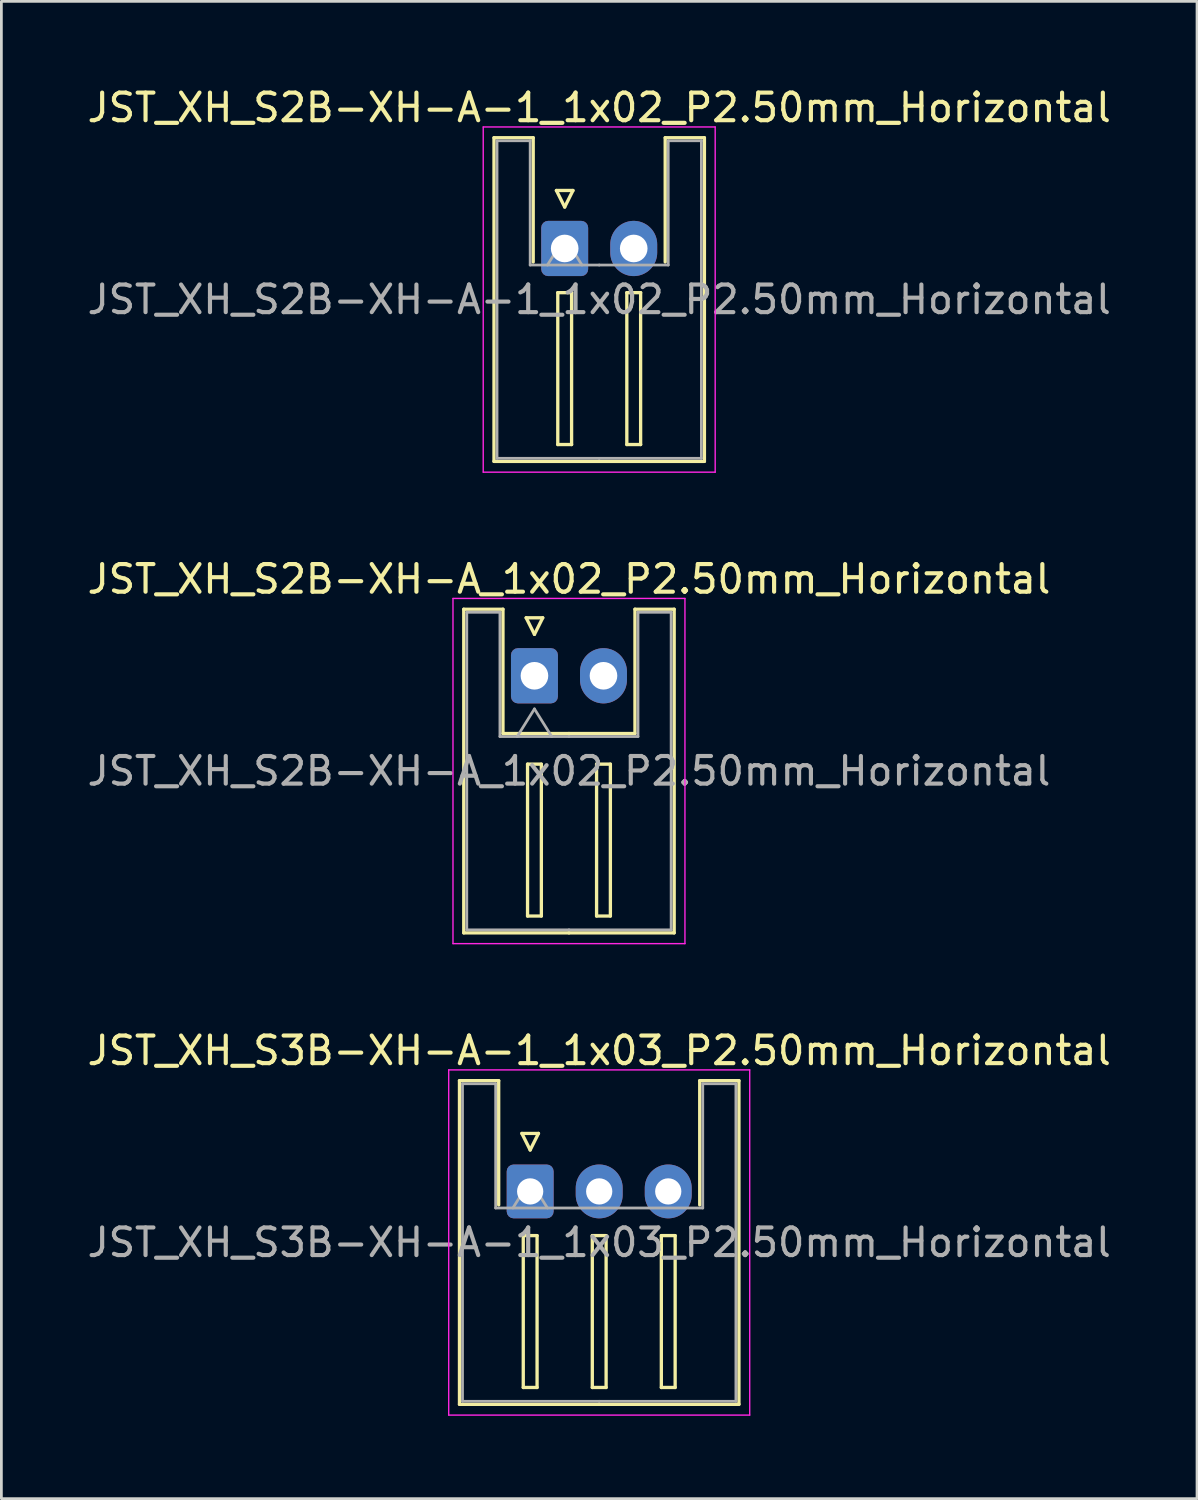
<source format=kicad_pcb>
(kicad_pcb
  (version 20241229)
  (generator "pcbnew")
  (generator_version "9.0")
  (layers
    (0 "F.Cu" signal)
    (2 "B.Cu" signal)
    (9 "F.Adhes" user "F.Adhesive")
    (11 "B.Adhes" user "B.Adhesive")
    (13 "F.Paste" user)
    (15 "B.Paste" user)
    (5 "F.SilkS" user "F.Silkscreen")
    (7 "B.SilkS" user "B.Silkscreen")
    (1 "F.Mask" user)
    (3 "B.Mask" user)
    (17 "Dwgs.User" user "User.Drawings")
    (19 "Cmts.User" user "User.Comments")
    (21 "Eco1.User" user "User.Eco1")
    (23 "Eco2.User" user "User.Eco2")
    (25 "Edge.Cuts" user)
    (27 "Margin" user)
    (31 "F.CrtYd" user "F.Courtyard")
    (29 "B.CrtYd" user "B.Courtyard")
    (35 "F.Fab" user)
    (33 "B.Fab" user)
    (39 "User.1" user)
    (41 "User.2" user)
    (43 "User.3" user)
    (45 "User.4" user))
  (footprint "JST_XH_S2B-XH-A_1x02_P2.50mm_Horizontal"
    (layer "F.Cu")
    (at 16.304 21.422)
    (property "Reference" "JST_XH_S2B-XH-A_1x02_P2.50mm_Horizontal" (at 1.25 -3.5 0) (layer "F.SilkS") (effects (font (size 1 1) (thickness 0.15))))
    (attr through_hole)
    (fp_line (start -2.56 -2.41) (end -1.14 -2.41) (stroke (width 0.12) (type solid)) (layer "F.SilkS"))
    (fp_line (start -2.56 9.31) (end -2.56 -2.41) (stroke (width 0.12) (type solid)) (layer "F.SilkS"))
    (fp_line (start -1.14 -2.41) (end -1.14 2.09) (stroke (width 0.12) (type solid)) (layer "F.SilkS"))
    (fp_line (start -1.14 2.09) (end 1.25 2.09) (stroke (width 0.12) (type solid)) (layer "F.SilkS"))
    (fp_line (start -0.3 -2.1) (end 0.3 -2.1) (stroke (width 0.12) (type solid)) (layer "F.SilkS"))
    (fp_line (start -0.25 3.2) (end -0.25 8.7) (stroke (width 0.12) (type solid)) (layer "F.SilkS"))
    (fp_line (start -0.25 8.7) (end 0.25 8.7) (stroke (width 0.12) (type solid)) (layer "F.SilkS"))
    (fp_line (start 0 -1.5) (end -0.3 -2.1) (stroke (width 0.12) (type solid)) (layer "F.SilkS"))
    (fp_line (start 0.25 3.2) (end -0.25 3.2) (stroke (width 0.12) (type solid)) (layer "F.SilkS"))
    (fp_line (start 0.25 8.7) (end 0.25 3.2) (stroke (width 0.12) (type solid)) (layer "F.SilkS"))
    (fp_line (start 0.3 -2.1) (end 0 -1.5) (stroke (width 0.12) (type solid)) (layer "F.SilkS"))
    (fp_line (start 1.25 9.31) (end -2.56 9.31) (stroke (width 0.12) (type solid)) (layer "F.SilkS"))
    (fp_line (start 1.25 9.31) (end 5.06 9.31) (stroke (width 0.12) (type solid)) (layer "F.SilkS"))
    (fp_line (start 2.25 3.2) (end 2.25 8.7) (stroke (width 0.12) (type solid)) (layer "F.SilkS"))
    (fp_line (start 2.25 8.7) (end 2.75 8.7) (stroke (width 0.12) (type solid)) (layer "F.SilkS"))
    (fp_line (start 2.75 3.2) (end 2.25 3.2) (stroke (width 0.12) (type solid)) (layer "F.SilkS"))
    (fp_line (start 2.75 8.7) (end 2.75 3.2) (stroke (width 0.12) (type solid)) (layer "F.SilkS"))
    (fp_line (start 3.64 -2.41) (end 3.64 2.09) (stroke (width 0.12) (type solid)) (layer "F.SilkS"))
    (fp_line (start 3.64 2.09) (end 1.25 2.09) (stroke (width 0.12) (type solid)) (layer "F.SilkS"))
    (fp_line (start 5.06 -2.41) (end 3.64 -2.41) (stroke (width 0.12) (type solid)) (layer "F.SilkS"))
    (fp_line (start 5.06 9.31) (end 5.06 -2.41) (stroke (width 0.12) (type solid)) (layer "F.SilkS"))
    (fp_line (start -2.95 -2.8) (end -2.95 9.7) (stroke (width 0.05) (type solid)) (layer "F.CrtYd"))
    (fp_line (start -2.95 9.7) (end 5.45 9.7) (stroke (width 0.05) (type solid)) (layer "F.CrtYd"))
    (fp_line (start 5.45 -2.8) (end -2.95 -2.8) (stroke (width 0.05) (type solid)) (layer "F.CrtYd"))
    (fp_line (start 5.45 9.7) (end 5.45 -2.8) (stroke (width 0.05) (type solid)) (layer "F.CrtYd"))
    (fp_line (start -2.45 -2.3) (end -1.25 -2.3) (stroke (width 0.1) (type solid)) (layer "F.Fab"))
    (fp_line (start -2.45 9.2) (end -2.45 -2.3) (stroke (width 0.1) (type solid)) (layer "F.Fab"))
    (fp_line (start -1.25 -2.3) (end -1.25 2.2) (stroke (width 0.1) (type solid)) (layer "F.Fab"))
    (fp_line (start -1.25 2.2) (end 1.25 2.2) (stroke (width 0.1) (type solid)) (layer "F.Fab"))
    (fp_line (start -0.625 2.2) (end 0 1.2) (stroke (width 0.1) (type solid)) (layer "F.Fab"))
    (fp_line (start 0 1.2) (end 0.625 2.2) (stroke (width 0.1) (type solid)) (layer "F.Fab"))
    (fp_line (start 1.25 9.2) (end -2.45 9.2) (stroke (width 0.1) (type solid)) (layer "F.Fab"))
    (fp_line (start 1.25 9.2) (end 4.95 9.2) (stroke (width 0.1) (type solid)) (layer "F.Fab"))
    (fp_line (start 3.75 -2.3) (end 3.75 2.2) (stroke (width 0.1) (type solid)) (layer "F.Fab"))
    (fp_line (start 3.75 2.2) (end 1.25 2.2) (stroke (width 0.1) (type solid)) (layer "F.Fab"))
    (fp_line (start 4.95 -2.3) (end 3.75 -2.3) (stroke (width 0.1) (type solid)) (layer "F.Fab"))
    (fp_line (start 4.95 9.2) (end 4.95 -2.3) (stroke (width 0.1) (type solid)) (layer "F.Fab"))
    (fp_text user "${REFERENCE}" (at 1.25 3.45 0) (layer "F.Fab") (effects (font (size 1 1) (thickness 0.15))))
    (pad "1" thru_hole roundrect (at 0 0) (size 1.7 2) (drill 1) (layers "*.Cu" "*.Mask") (roundrect_rratio 0.147))
    (pad "2" thru_hole oval (at 2.5 0) (size 1.7 2) (drill 1) (layers "*.Cu" "*.Mask")))
  (footprint "JST_XH_S2B-XH-A-1_1x02_P2.50mm_Horizontal"
    (layer "F.Cu")
    (at 17.399 5.948)
    (property "Reference" "JST_XH_S2B-XH-A-1_1x02_P2.50mm_Horizontal" (at 1.25 -5.1 0) (layer "F.SilkS") (effects (font (size 1 1) (thickness 0.15))))
    (attr through_hole)
    (fp_line (start -2.56 -4.01) (end -1.14 -4.01) (stroke (width 0.12) (type solid)) (layer "F.SilkS"))
    (fp_line (start -2.56 7.71) (end -2.56 -4.01) (stroke (width 0.12) (type solid)) (layer "F.SilkS"))
    (fp_line (start -1.14 -4.01) (end -1.14 0.49) (stroke (width 0.12) (type solid)) (layer "F.SilkS"))
    (fp_line (start -0.3 -2.1) (end 0.3 -2.1) (stroke (width 0.12) (type solid)) (layer "F.SilkS"))
    (fp_line (start -0.25 1.6) (end -0.25 7.1) (stroke (width 0.12) (type solid)) (layer "F.SilkS"))
    (fp_line (start -0.25 7.1) (end 0.25 7.1) (stroke (width 0.12) (type solid)) (layer "F.SilkS"))
    (fp_line (start 0 -1.5) (end -0.3 -2.1) (stroke (width 0.12) (type solid)) (layer "F.SilkS"))
    (fp_line (start 0.25 1.6) (end -0.25 1.6) (stroke (width 0.12) (type solid)) (layer "F.SilkS"))
    (fp_line (start 0.25 7.1) (end 0.25 1.6) (stroke (width 0.12) (type solid)) (layer "F.SilkS"))
    (fp_line (start 0.3 -2.1) (end 0 -1.5) (stroke (width 0.12) (type solid)) (layer "F.SilkS"))
    (fp_line (start 1.25 7.71) (end -2.56 7.71) (stroke (width 0.12) (type solid)) (layer "F.SilkS"))
    (fp_line (start 1.25 7.71) (end 5.06 7.71) (stroke (width 0.12) (type solid)) (layer "F.SilkS"))
    (fp_line (start 2.25 1.6) (end 2.25 7.1) (stroke (width 0.12) (type solid)) (layer "F.SilkS"))
    (fp_line (start 2.25 7.1) (end 2.75 7.1) (stroke (width 0.12) (type solid)) (layer "F.SilkS"))
    (fp_line (start 2.75 1.6) (end 2.25 1.6) (stroke (width 0.12) (type solid)) (layer "F.SilkS"))
    (fp_line (start 2.75 7.1) (end 2.75 1.6) (stroke (width 0.12) (type solid)) (layer "F.SilkS"))
    (fp_line (start 3.64 -4.01) (end 3.64 0.49) (stroke (width 0.12) (type solid)) (layer "F.SilkS"))
    (fp_line (start 5.06 -4.01) (end 3.64 -4.01) (stroke (width 0.12) (type solid)) (layer "F.SilkS"))
    (fp_line (start 5.06 7.71) (end 5.06 -4.01) (stroke (width 0.12) (type solid)) (layer "F.SilkS"))
    (fp_line (start -2.95 -4.4) (end -2.95 8.1) (stroke (width 0.05) (type solid)) (layer "F.CrtYd"))
    (fp_line (start -2.95 8.1) (end 5.45 8.1) (stroke (width 0.05) (type solid)) (layer "F.CrtYd"))
    (fp_line (start 5.45 -4.4) (end -2.95 -4.4) (stroke (width 0.05) (type solid)) (layer "F.CrtYd"))
    (fp_line (start 5.45 8.1) (end 5.45 -4.4) (stroke (width 0.05) (type solid)) (layer "F.CrtYd"))
    (fp_line (start -2.45 -3.9) (end -1.25 -3.9) (stroke (width 0.1) (type solid)) (layer "F.Fab"))
    (fp_line (start -2.45 7.6) (end -2.45 -3.9) (stroke (width 0.1) (type solid)) (layer "F.Fab"))
    (fp_line (start -1.25 -3.9) (end -1.25 0.6) (stroke (width 0.1) (type solid)) (layer "F.Fab"))
    (fp_line (start -1.25 0.6) (end 1.25 0.6) (stroke (width 0.1) (type solid)) (layer "F.Fab"))
    (fp_line (start -0.625 0.6) (end 0 -0.4) (stroke (width 0.1) (type solid)) (layer "F.Fab"))
    (fp_line (start 0 -0.4) (end 0.625 0.6) (stroke (width 0.1) (type solid)) (layer "F.Fab"))
    (fp_line (start 1.25 7.6) (end -2.45 7.6) (stroke (width 0.1) (type solid)) (layer "F.Fab"))
    (fp_line (start 1.25 7.6) (end 4.95 7.6) (stroke (width 0.1) (type solid)) (layer "F.Fab"))
    (fp_line (start 3.75 -3.9) (end 3.75 0.6) (stroke (width 0.1) (type solid)) (layer "F.Fab"))
    (fp_line (start 3.75 0.6) (end 1.25 0.6) (stroke (width 0.1) (type solid)) (layer "F.Fab"))
    (fp_line (start 4.95 -3.9) (end 3.75 -3.9) (stroke (width 0.1) (type solid)) (layer "F.Fab"))
    (fp_line (start 4.95 7.6) (end 4.95 -3.9) (stroke (width 0.1) (type solid)) (layer "F.Fab"))
    (fp_text user "${REFERENCE}" (at 1.25 1.85 0) (layer "F.Fab") (effects (font (size 1 1) (thickness 0.15))))
    (pad "1" thru_hole roundrect (at 0 0) (size 1.7 2) (drill 1) (layers "*.Cu" "*.Mask") (roundrect_rratio 0.147))
    (pad "2" thru_hole oval (at 2.5 0) (size 1.7 2) (drill 1) (layers "*.Cu" "*.Mask")))
  (footprint "JST_XH_S3B-XH-A-1_1x03_P2.50mm_Horizontal"
    (layer "F.Cu")
    (at 16.149 40.095)
    (property "Reference" "JST_XH_S3B-XH-A-1_1x03_P2.50mm_Horizontal" (at 2.5 -5.1 0) (layer "F.SilkS") (effects (font (size 1 1) (thickness 0.15))))
    (attr through_hole)
    (fp_line (start -2.56 -4.01) (end -1.14 -4.01) (stroke (width 0.12) (type solid)) (layer "F.SilkS"))
    (fp_line (start -2.56 7.71) (end -2.56 -4.01) (stroke (width 0.12) (type solid)) (layer "F.SilkS"))
    (fp_line (start -1.14 -4.01) (end -1.14 0.49) (stroke (width 0.12) (type solid)) (layer "F.SilkS"))
    (fp_line (start -0.3 -2.1) (end 0.3 -2.1) (stroke (width 0.12) (type solid)) (layer "F.SilkS"))
    (fp_line (start -0.25 1.6) (end -0.25 7.1) (stroke (width 0.12) (type solid)) (layer "F.SilkS"))
    (fp_line (start -0.25 7.1) (end 0.25 7.1) (stroke (width 0.12) (type solid)) (layer "F.SilkS"))
    (fp_line (start 0 -1.5) (end -0.3 -2.1) (stroke (width 0.12) (type solid)) (layer "F.SilkS"))
    (fp_line (start 0.25 1.6) (end -0.25 1.6) (stroke (width 0.12) (type solid)) (layer "F.SilkS"))
    (fp_line (start 0.25 7.1) (end 0.25 1.6) (stroke (width 0.12) (type solid)) (layer "F.SilkS"))
    (fp_line (start 0.3 -2.1) (end 0 -1.5) (stroke (width 0.12) (type solid)) (layer "F.SilkS"))
    (fp_line (start 2.25 1.6) (end 2.25 7.1) (stroke (width 0.12) (type solid)) (layer "F.SilkS"))
    (fp_line (start 2.25 7.1) (end 2.75 7.1) (stroke (width 0.12) (type solid)) (layer "F.SilkS"))
    (fp_line (start 2.5 7.71) (end -2.56 7.71) (stroke (width 0.12) (type solid)) (layer "F.SilkS"))
    (fp_line (start 2.5 7.71) (end 7.56 7.71) (stroke (width 0.12) (type solid)) (layer "F.SilkS"))
    (fp_line (start 2.75 1.6) (end 2.25 1.6) (stroke (width 0.12) (type solid)) (layer "F.SilkS"))
    (fp_line (start 2.75 7.1) (end 2.75 1.6) (stroke (width 0.12) (type solid)) (layer "F.SilkS"))
    (fp_line (start 4.75 1.6) (end 4.75 7.1) (stroke (width 0.12) (type solid)) (layer "F.SilkS"))
    (fp_line (start 4.75 7.1) (end 5.25 7.1) (stroke (width 0.12) (type solid)) (layer "F.SilkS"))
    (fp_line (start 5.25 1.6) (end 4.75 1.6) (stroke (width 0.12) (type solid)) (layer "F.SilkS"))
    (fp_line (start 5.25 7.1) (end 5.25 1.6) (stroke (width 0.12) (type solid)) (layer "F.SilkS"))
    (fp_line (start 6.14 -4.01) (end 6.14 0.49) (stroke (width 0.12) (type solid)) (layer "F.SilkS"))
    (fp_line (start 7.56 -4.01) (end 6.14 -4.01) (stroke (width 0.12) (type solid)) (layer "F.SilkS"))
    (fp_line (start 7.56 7.71) (end 7.56 -4.01) (stroke (width 0.12) (type solid)) (layer "F.SilkS"))
    (fp_line (start -2.95 -4.4) (end -2.95 8.1) (stroke (width 0.05) (type solid)) (layer "F.CrtYd"))
    (fp_line (start -2.95 8.1) (end 7.95 8.1) (stroke (width 0.05) (type solid)) (layer "F.CrtYd"))
    (fp_line (start 7.95 -4.4) (end -2.95 -4.4) (stroke (width 0.05) (type solid)) (layer "F.CrtYd"))
    (fp_line (start 7.95 8.1) (end 7.95 -4.4) (stroke (width 0.05) (type solid)) (layer "F.CrtYd"))
    (fp_line (start -2.45 -3.9) (end -1.25 -3.9) (stroke (width 0.1) (type solid)) (layer "F.Fab"))
    (fp_line (start -2.45 7.6) (end -2.45 -3.9) (stroke (width 0.1) (type solid)) (layer "F.Fab"))
    (fp_line (start -1.25 -3.9) (end -1.25 0.6) (stroke (width 0.1) (type solid)) (layer "F.Fab"))
    (fp_line (start -1.25 0.6) (end 2.5 0.6) (stroke (width 0.1) (type solid)) (layer "F.Fab"))
    (fp_line (start -0.625 0.6) (end 0 -0.4) (stroke (width 0.1) (type solid)) (layer "F.Fab"))
    (fp_line (start 0 -0.4) (end 0.625 0.6) (stroke (width 0.1) (type solid)) (layer "F.Fab"))
    (fp_line (start 2.5 7.6) (end -2.45 7.6) (stroke (width 0.1) (type solid)) (layer "F.Fab"))
    (fp_line (start 2.5 7.6) (end 7.45 7.6) (stroke (width 0.1) (type solid)) (layer "F.Fab"))
    (fp_line (start 6.25 -3.9) (end 6.25 0.6) (stroke (width 0.1) (type solid)) (layer "F.Fab"))
    (fp_line (start 6.25 0.6) (end 2.5 0.6) (stroke (width 0.1) (type solid)) (layer "F.Fab"))
    (fp_line (start 7.45 -3.9) (end 6.25 -3.9) (stroke (width 0.1) (type solid)) (layer "F.Fab"))
    (fp_line (start 7.45 7.6) (end 7.45 -3.9) (stroke (width 0.1) (type solid)) (layer "F.Fab"))
    (fp_text user "${REFERENCE}" (at 2.5 1.85 0) (layer "F.Fab") (effects (font (size 1 1) (thickness 0.15))))
    (pad "1" thru_hole roundrect (at 0 0) (size 1.7 1.95) (drill 0.95) (layers "*.Cu" "*.Mask") (roundrect_rratio 0.147))
    (pad "2" thru_hole oval (at 2.5 0) (size 1.7 1.95) (drill 0.95) (layers "*.Cu" "*.Mask"))
    (pad "3" thru_hole oval (at 5 0) (size 1.7 1.95) (drill 0.95) (layers "*.Cu" "*.Mask")))
  (gr_rect
    (start -3 -3)
    (end 40.298 51.22)
    (stroke (width 0.1) (type default))
    (fill no)
    (layer "Edge.Cuts")))
</source>
